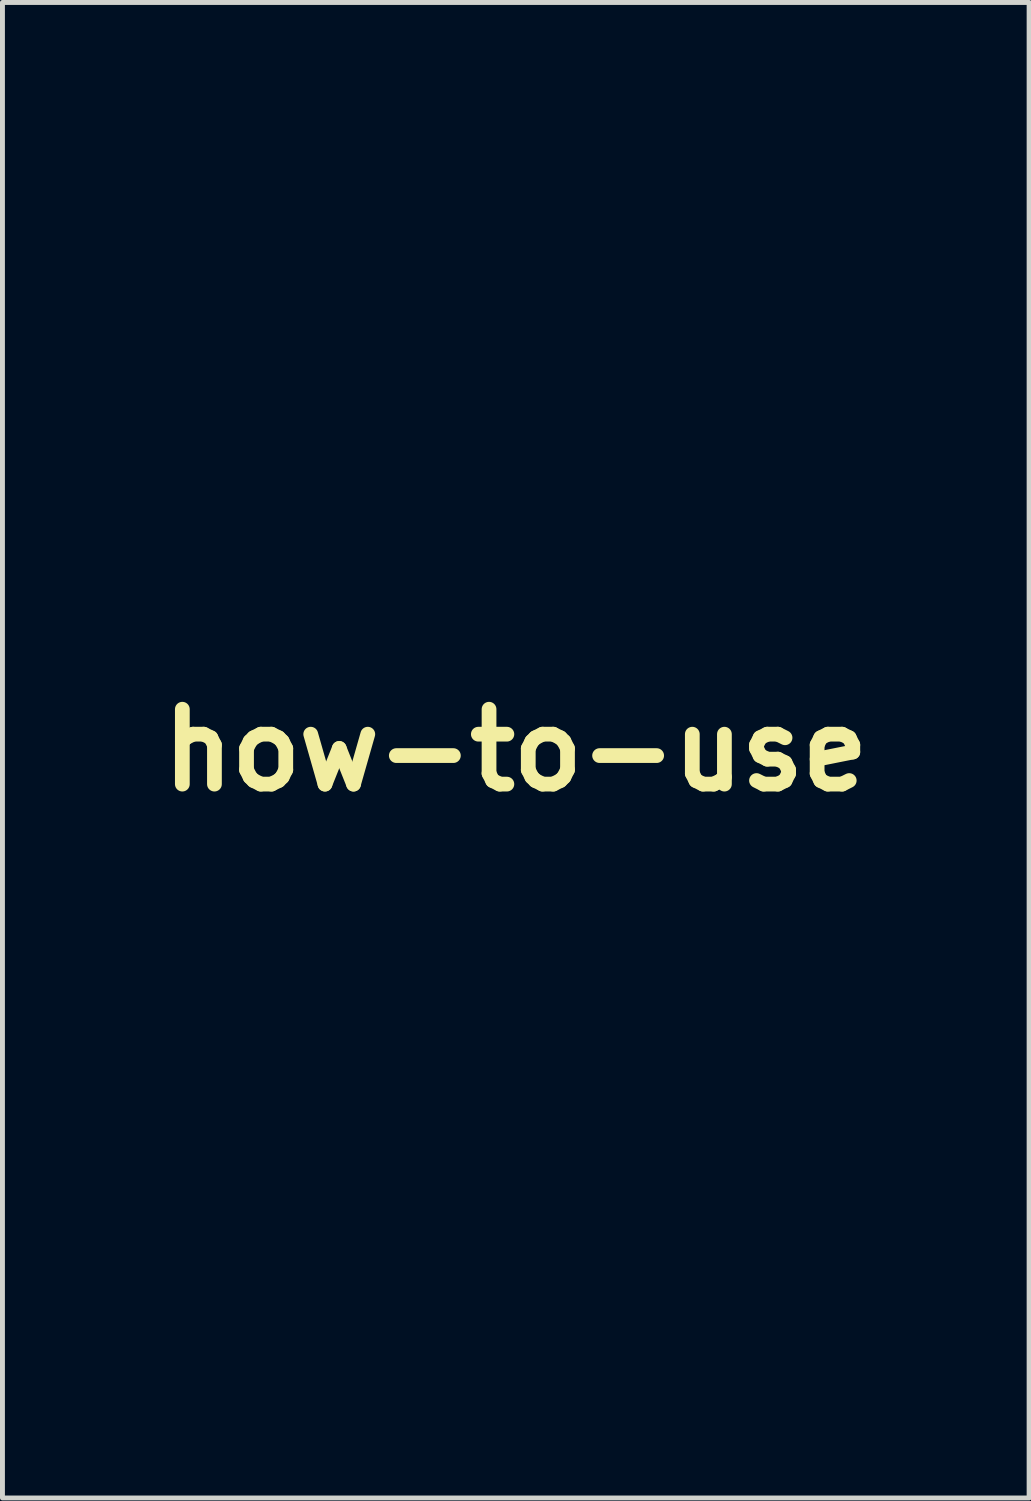
<source format=kicad_pcb>
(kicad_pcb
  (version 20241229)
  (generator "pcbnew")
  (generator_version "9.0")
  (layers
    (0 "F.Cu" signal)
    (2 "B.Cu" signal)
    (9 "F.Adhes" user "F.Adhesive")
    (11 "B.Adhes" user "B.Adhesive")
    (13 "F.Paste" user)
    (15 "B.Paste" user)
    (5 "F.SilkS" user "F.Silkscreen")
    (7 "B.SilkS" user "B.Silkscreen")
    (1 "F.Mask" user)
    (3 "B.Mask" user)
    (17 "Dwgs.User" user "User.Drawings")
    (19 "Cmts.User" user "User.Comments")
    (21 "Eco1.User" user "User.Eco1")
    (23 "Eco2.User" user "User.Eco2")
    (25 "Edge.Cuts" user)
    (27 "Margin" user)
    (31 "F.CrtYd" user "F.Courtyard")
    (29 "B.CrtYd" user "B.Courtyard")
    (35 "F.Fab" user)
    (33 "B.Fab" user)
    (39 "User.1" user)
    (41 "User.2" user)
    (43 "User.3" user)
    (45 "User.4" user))
  (footprint "how-to-use"
    (layer "F.Cu")
    (at 7.446 12.217)
    (property "Reference" "how-to-use" (at 0 0 0) (layer "F.SilkS") (effects (font (size 1.524 1.524) (thickness 0.3))))
    (attr through_hole)
    (fp_poly (pts (xy -5.862 3.566) (xy -5.91 3.615) (xy -5.959 3.566) (xy -5.91 3.517) (xy -5.862 3.566)) (stroke (width 0.01) (type solid)) (fill no) (layer "Eco2.User"))
    (fp_poly (pts (xy -5.862 3.859) (xy -5.91 3.908) (xy -5.959 3.859) (xy -5.91 3.81) (xy -5.862 3.859)) (stroke (width 0.01) (type solid)) (fill no) (layer "Eco2.User"))
    (fp_poly (pts (xy -5.666 -10.502) (xy -5.715 -10.453) (xy -5.764 -10.502) (xy -5.715 -10.551) (xy -5.666 -10.502)) (stroke (width 0.01) (type solid)) (fill no) (layer "Eco2.User"))
    (fp_poly (pts (xy -5.373 -10.893) (xy -5.422 -10.844) (xy -5.471 -10.893) (xy -5.422 -10.942) (xy -5.373 -10.893)) (stroke (width 0.01) (type solid)) (fill no) (layer "Eco2.User"))
    (fp_poly (pts (xy -5.373 -10.697) (xy -5.422 -10.648) (xy -5.471 -10.697) (xy -5.422 -10.746) (xy -5.373 -10.697)) (stroke (width 0.01) (type solid)) (fill no) (layer "Eco2.User"))
    (fp_poly (pts (xy -5.178 3.468) (xy -5.227 3.517) (xy -5.275 3.468) (xy -5.227 3.419) (xy -5.178 3.468)) (stroke (width 0.01) (type solid)) (fill no) (layer "Eco2.User"))
    (fp_poly (pts (xy -5.08 -10.99) (xy -5.129 -10.942) (xy -5.178 -10.99) (xy -5.129 -11.039) (xy -5.08 -10.99)) (stroke (width 0.01) (type solid)) (fill no) (layer "Eco2.User"))
    (fp_poly (pts (xy -1.075 -6.008) (xy -1.123 -5.959) (xy -1.172 -6.008) (xy -1.123 -6.057) (xy -1.075 -6.008)) (stroke (width 0.01) (type solid)) (fill no) (layer "Eco2.User"))
    (fp_poly (pts (xy 0.293 -1.71) (xy 0.244 -1.661) (xy 0.195 -1.71) (xy 0.244 -1.758) (xy 0.293 -1.71)) (stroke (width 0.01) (type solid)) (fill no) (layer "Eco2.User"))
    (fp_poly (pts (xy 0.684 -6.203) (xy 0.635 -6.155) (xy 0.586 -6.203) (xy 0.635 -6.252) (xy 0.684 -6.203)) (stroke (width 0.01) (type solid)) (fill no) (layer "Eco2.User"))
    (fp_poly (pts (xy 0.782 -1.71) (xy 0.733 -1.661) (xy 0.684 -1.71) (xy 0.733 -1.758) (xy 0.782 -1.71)) (stroke (width 0.01) (type solid)) (fill no) (layer "Eco2.User"))
    (fp_poly (pts (xy 0.879 -1.319) (xy 0.83 -1.27) (xy 0.782 -1.319) (xy 0.83 -1.368) (xy 0.879 -1.319)) (stroke (width 0.01) (type solid)) (fill no) (layer "Eco2.User"))
    (fp_poly (pts (xy 0.977 -1.026) (xy 0.928 -0.977) (xy 0.879 -1.026) (xy 0.928 -1.075) (xy 0.977 -1.026)) (stroke (width 0.01) (type solid)) (fill no) (layer "Eco2.User"))
    (fp_poly (pts (xy 1.172 -0.83) (xy 1.123 -0.782) (xy 1.075 -0.83) (xy 1.123 -0.879) (xy 1.172 -0.83)) (stroke (width 0.01) (type solid)) (fill no) (layer "Eco2.User"))
    (fp_poly (pts (xy -5.699 -10.811) (xy -5.687 -10.695) (xy -5.699 -10.681) (xy -5.757 -10.694) (xy -5.764 -10.746) (xy -5.728 -10.827) (xy -5.699 -10.811)) (stroke (width 0.01) (type solid)) (fill no) (layer "Eco2.User"))
    (fp_poly (pts (xy -5.21 3.256) (xy -5.224 3.314) (xy -5.275 3.322) (xy -5.356 3.286) (xy -5.341 3.256) (xy -5.225 3.245) (xy -5.21 3.256)) (stroke (width 0.01) (type solid)) (fill no) (layer "Eco2.User"))
    (fp_poly (pts (xy -5.153 -11.202) (xy -5.141 -11.166) (xy -5.275 -11.152) (xy -5.414 -11.168) (xy -5.397 -11.202) (xy -5.197 -11.215) (xy -5.153 -11.202)) (stroke (width 0.01) (type solid)) (fill no) (layer "Eco2.User"))
    (fp_poly (pts (xy -0.814 -1.14) (xy -0.828 -1.082) (xy -0.879 -1.075) (xy -0.96 -1.11) (xy -0.944 -1.14) (xy -0.828 -1.151) (xy -0.814 -1.14)) (stroke (width 0.01) (type solid)) (fill no) (layer "Eco2.User"))
    (fp_poly (pts (xy -0.814 -0.944) (xy -0.828 -0.886) (xy -0.879 -0.879) (xy -0.96 -0.915) (xy -0.944 -0.944) (xy -0.828 -0.956) (xy -0.814 -0.944)) (stroke (width 0.01) (type solid)) (fill no) (layer "Eco2.User"))
    (fp_poly (pts (xy 0.261 -1.335) (xy 0.272 -1.219) (xy 0.261 -1.205) (xy 0.202 -1.218) (xy 0.195 -1.27) (xy 0.231 -1.35) (xy 0.261 -1.335)) (stroke (width 0.01) (type solid)) (fill no) (layer "Eco2.User"))
    (fp_poly (pts (xy 0.261 3.061) (xy 0.272 3.177) (xy 0.261 3.191) (xy 0.202 3.178) (xy 0.195 3.126) (xy 0.231 3.046) (xy 0.261 3.061)) (stroke (width 0.01) (type solid)) (fill no) (layer "Eco2.User"))
    (fp_poly (pts (xy 0.261 3.452) (xy 0.272 3.568) (xy 0.261 3.582) (xy 0.202 3.569) (xy 0.195 3.517) (xy 0.231 3.437) (xy 0.261 3.452)) (stroke (width 0.01) (type solid)) (fill no) (layer "Eco2.User"))
    (fp_poly (pts (xy 0.651 8.141) (xy 0.663 8.257) (xy 0.651 8.271) (xy 0.593 8.258) (xy 0.586 8.206) (xy 0.622 8.126) (xy 0.651 8.141)) (stroke (width 0.01) (type solid)) (fill no) (layer "Eco2.User"))
    (fp_poly (pts (xy 0.944 -1.531) (xy 0.931 -1.472) (xy 0.879 -1.465) (xy 0.799 -1.501) (xy 0.814 -1.531) (xy 0.93 -1.542) (xy 0.944 -1.531)) (stroke (width 0.01) (type solid)) (fill no) (layer "Eco2.User"))
    (fp_poly (pts (xy 2.312 3.549) (xy 2.299 3.608) (xy 2.247 3.615) (xy 2.167 3.579) (xy 2.182 3.549) (xy 2.298 3.538) (xy 2.312 3.549)) (stroke (width 0.01) (type solid)) (fill no) (layer "Eco2.User"))
    (fp_poly (pts (xy 2.312 3.745) (xy 2.299 3.803) (xy 2.247 3.81) (xy 2.167 3.774) (xy 2.182 3.745) (xy 2.298 3.733) (xy 2.312 3.745)) (stroke (width 0.01) (type solid)) (fill no) (layer "Eco2.User"))
    (fp_poly (pts (xy 2.312 8.532) (xy 2.299 8.59) (xy 2.247 8.597) (xy 2.167 8.561) (xy 2.182 8.532) (xy 2.298 8.52) (xy 2.312 8.532)) (stroke (width 0.01) (type solid)) (fill no) (layer "Eco2.User"))
    (fp_poly (pts (xy -4.328 3.373) (xy -4.384 3.445) (xy -4.466 3.507) (xy -4.446 3.409) (xy -4.439 3.391) (xy -4.361 3.271) (xy -4.317 3.27) (xy -4.328 3.373)) (stroke (width 0.01) (type solid)) (fill no) (layer "Eco2.User"))
    (fp_poly (pts (xy -4.059 3.511) (xy -4.032 3.616) (xy -4.041 3.788) (xy -4.108 3.773) (xy -4.157 3.704) (xy -4.162 3.548) (xy -4.135 3.51) (xy -4.059 3.511)) (stroke (width 0.01) (type solid)) (fill no) (layer "Eco2.User"))
    (fp_poly (pts (xy -5.577 3.011) (xy -5.54 3.126) (xy -5.535 3.282) (xy -5.578 3.322) (xy -5.65 3.24) (xy -5.666 3.126) (xy -5.65 2.967) (xy -5.629 2.931) (xy -5.577 3.011)) (stroke (width 0.01) (type solid)) (fill no) (layer "Eco2.User"))
    (fp_poly (pts (xy -5.181 3.787) (xy -5.178 3.81) (xy -5.252 3.905) (xy -5.275 3.908) (xy -5.37 3.833) (xy -5.373 3.81) (xy -5.299 3.715) (xy -5.275 3.712) (xy -5.181 3.787)) (stroke (width 0.01) (type solid)) (fill no) (layer "Eco2.User"))
    (fp_poly (pts (xy -3.976 -10.992) (xy -3.977 -10.844) (xy -4.075 -10.685) (xy -4.163 -10.648) (xy -4.273 -10.73) (xy -4.298 -10.844) (xy -4.228 -11.008) (xy -4.112 -11.039) (xy -3.976 -10.992)) (stroke (width 0.01) (type solid)) (fill no) (layer "Eco2.User"))
    (fp_poly (pts (xy -3.763 7.784) (xy -3.775 7.864) (xy -3.887 8.002) (xy -4.03 7.953) (xy -4.035 7.948) (xy -4.058 7.829) (xy -3.947 7.734) (xy -3.856 7.718) (xy -3.763 7.784)) (stroke (width 0.01) (type solid)) (fill no) (layer "Eco2.User"))
    (fp_poly (pts (xy -3.629 3.002) (xy -3.615 3.072) (xy -3.666 3.205) (xy -3.712 3.224) (xy -3.807 3.154) (xy -3.81 3.132) (xy -3.739 3) (xy -3.712 2.98) (xy -3.629 3.002)) (stroke (width 0.01) (type solid)) (fill no) (layer "Eco2.User"))
    (fp_poly (pts (xy -3.617 3.787) (xy -3.615 3.81) (xy -3.689 3.905) (xy -3.712 3.908) (xy -3.807 3.833) (xy -3.81 3.81) (xy -3.736 3.715) (xy -3.712 3.712) (xy -3.617 3.787)) (stroke (width 0.01) (type solid)) (fill no) (layer "Eco2.User"))
    (fp_poly (pts (xy -3.571 3.428) (xy -3.678 3.495) (xy -3.826 3.52) (xy -3.907 3.485) (xy -3.908 3.479) (xy -3.827 3.428) (xy -3.712 3.391) (xy -3.58 3.384) (xy -3.571 3.428)) (stroke (width 0.01) (type solid)) (fill no) (layer "Eco2.User"))
    (fp_poly (pts (xy -0.888 -1.675) (xy -0.879 -1.514) (xy -0.908 -1.331) (xy -0.963 -1.27) (xy -1.01 -1.351) (xy -1.001 -1.514) (xy -0.953 -1.697) (xy -0.917 -1.758) (xy -0.888 -1.675)) (stroke (width 0.01) (type solid)) (fill no) (layer "Eco2.User"))
    (fp_poly (pts (xy -0.688 -6.173) (xy -0.684 -6.106) (xy -0.735 -5.976) (xy -0.778 -5.959) (xy -0.832 -6.031) (xy -0.817 -6.106) (xy -0.748 -6.234) (xy -0.722 -6.252) (xy -0.688 -6.173)) (stroke (width 0.01) (type solid)) (fill no) (layer "Eco2.User"))
    (fp_poly (pts (xy 0.262 -5.994) (xy 0.244 -5.959) (xy 0.152 -5.866) (xy 0.135 -5.862) (xy 0.128 -5.925) (xy 0.147 -5.959) (xy 0.239 -6.053) (xy 0.256 -6.057) (xy 0.262 -5.994)) (stroke (width 0.01) (type solid)) (fill no) (layer "Eco2.User"))
    (fp_poly (pts (xy 0.556 -5.994) (xy 0.537 -5.959) (xy 0.445 -5.866) (xy 0.428 -5.862) (xy 0.421 -5.925) (xy 0.44 -5.959) (xy 0.532 -6.053) (xy 0.549 -6.057) (xy 0.556 -5.994)) (stroke (width 0.01) (type solid)) (fill no) (layer "Eco2.User"))
    (fp_poly (pts (xy 0.565 -1.68) (xy 0.586 -1.569) (xy 0.546 -1.407) (xy 0.488 -1.368) (xy 0.401 -1.446) (xy 0.391 -1.508) (xy 0.45 -1.675) (xy 0.488 -1.71) (xy 0.565 -1.68)) (stroke (width 0.01) (type solid)) (fill no) (layer "Eco2.User"))
    (fp_poly (pts (xy 0.844 3.342) (xy 0.928 3.377) (xy 0.83 3.419) (xy 0.75 3.436) (xy 0.571 3.454) (xy 0.566 3.401) (xy 0.568 3.398) (xy 0.735 3.336) (xy 0.844 3.342)) (stroke (width 0.01) (type solid)) (fill no) (layer "Eco2.User"))
    (fp_poly (pts (xy 0.966 3.694) (xy 0.977 3.761) (xy 0.956 3.891) (xy 0.939 3.908) (xy 0.876 3.831) (xy 0.844 3.761) (xy 0.842 3.635) (xy 0.882 3.615) (xy 0.966 3.694)) (stroke (width 0.01) (type solid)) (fill no) (layer "Eco2.User"))
    (fp_poly (pts (xy 1.071 -6.084) (xy 1.075 -6.057) (xy 1.041 -5.962) (xy 1.032 -5.959) (xy 0.948 -6.028) (xy 0.928 -6.057) (xy 0.936 -6.147) (xy 0.971 -6.155) (xy 1.071 -6.084)) (stroke (width 0.01) (type solid)) (fill no) (layer "Eco2.User"))
    (fp_poly (pts (xy 2.238 3.015) (xy 2.247 3.175) (xy 2.218 3.359) (xy 2.163 3.419) (xy 2.116 3.338) (xy 2.125 3.175) (xy 2.173 2.992) (xy 2.209 2.931) (xy 2.238 3.015)) (stroke (width 0.01) (type solid)) (fill no) (layer "Eco2.User"))
    (fp_poly (pts (xy -4.188 -10.478) (xy -4.046 -10.388) (xy -4.067 -10.272) (xy -4.234 -10.186) (xy -4.274 -10.179) (xy -4.424 -10.191) (xy -4.433 -10.323) (xy -4.429 -10.338) (xy -4.326 -10.48) (xy -4.188 -10.478)) (stroke (width 0.01) (type solid)) (fill no) (layer "Eco2.User"))
    (fp_poly (pts (xy -2.207 3.333) (xy -2.182 3.367) (xy -2.349 3.426) (xy -2.467 3.456) (xy -2.668 3.474) (xy -2.735 3.421) (xy -2.65 3.353) (xy -2.443 3.322) (xy -2.426 3.322) (xy -2.207 3.333)) (stroke (width 0.01) (type solid)) (fill no) (layer "Eco2.User"))
    (fp_poly (pts (xy -2.171 3.688) (xy -2.149 3.761) (xy -2.169 3.892) (xy -2.186 3.908) (xy -2.27 3.843) (xy -2.345 3.761) (xy -2.413 3.646) (xy -2.323 3.615) (xy -2.308 3.615) (xy -2.171 3.688)) (stroke (width 0.01) (type solid)) (fill no) (layer "Eco2.User"))
    (fp_poly (pts (xy 3.267 -1.638) (xy 3.301 -1.55) (xy 3.3 -1.546) (xy 3.182 -1.441) (xy 2.986 -1.385) (xy 2.79 -1.39) (xy 2.755 -1.478) (xy 2.757 -1.482) (xy 2.875 -1.588) (xy 3.071 -1.644) (xy 3.267 -1.638)) (stroke (width 0.01) (type solid)) (fill no) (layer "Eco2.User"))
    (fp_poly (pts (xy 0.78 -5.893) (xy 0.859 -5.715) (xy 0.846 -5.624) (xy 0.748 -5.499) (xy 0.635 -5.477) (xy 0.586 -5.563) (xy 0.657 -5.695) (xy 0.685 -5.716) (xy 0.738 -5.84) (xy 0.72 -5.893) (xy 0.697 -5.959) (xy 0.78 -5.893)) (stroke (width 0.01) (type solid)) (fill no) (layer "Eco2.User"))
    (fp_poly (pts (xy -0.513 -1.283) (xy -0.488 -1.078) (xy -0.488 -1.075) (xy -0.499 -0.869) (xy -0.526 -0.782) (xy -0.526 -0.782) (xy -0.565 -0.866) (xy -0.606 -1.07) (xy -0.607 -1.075) (xy -0.614 -1.279) (xy -0.571 -1.368) (xy -0.569 -1.368) (xy -0.513 -1.283)) (stroke (width 0.01) (type solid)) (fill no) (layer "Eco2.User"))
    (fp_poly (pts (xy 0.354 -10.953) (xy 0.388 -10.736) (xy 0.391 -10.648) (xy 0.369 -10.404) (xy 0.315 -10.268) (xy 0.293 -10.258) (xy 0.232 -10.344) (xy 0.198 -10.561) (xy 0.195 -10.648) (xy 0.217 -10.893) (xy 0.271 -11.029) (xy 0.293 -11.039) (xy 0.354 -10.953)) (stroke (width 0.01) (type solid)) (fill no) (layer "Eco2.User"))
    (fp_poly (pts (xy 2.614 3.406) (xy 2.638 3.611) (xy 2.638 3.615) (xy 2.627 3.821) (xy 2.6 3.908) (xy 2.6 3.908) (xy 2.561 3.823) (xy 2.52 3.619) (xy 2.519 3.615) (xy 2.512 3.41) (xy 2.555 3.322) (xy 2.557 3.322) (xy 2.614 3.406)) (stroke (width 0.01) (type solid)) (fill no) (layer "Eco2.User"))
    (fp_poly (pts (xy 3.234 -1.144) (xy 3.322 -1.076) (xy 3.322 -1.075) (xy 3.253 -0.98) (xy 3.232 -0.977) (xy 3.065 -0.945) (xy 3.007 -0.925) (xy 2.845 -0.917) (xy 2.804 -0.941) (xy 2.737 -1.076) (xy 2.851 -1.156) (xy 3.028 -1.172) (xy 3.234 -1.144)) (stroke (width 0.01) (type solid)) (fill no) (layer "Eco2.User"))
    (fp_poly (pts (xy 6.35 12.212) (xy -6.35 12.212) (xy -6.35 8.662) (xy -6.149 8.662) (xy -6.085 8.693) (xy -5.893 8.595) (xy -5.764 8.503) (xy -5.587 8.381) (xy -5.467 8.383) (xy -5.309 8.514) (xy -5.3 8.522) (xy -5.107 8.66) (xy -5.016 8.65) (xy -5.048 8.522) (xy -5.179 8.351) (xy -5.325 8.161) (xy -5.327 8.088) (xy -4.479 8.088) (xy -4.37 8.082) (xy -4.354 8.076) (xy -4.18 8.095) (xy -4.107 8.153) (xy -4.07 8.273) (xy -4.179 8.413) (xy -4.271 8.486) (xy -4.413 8.623) (xy -4.405 8.69) (xy -4.282 8.677) (xy -4.08 8.578) (xy -4.027 8.542) (xy -3.814 8.328) (xy -3.681 8.12) (xy -3.07 8.12) (xy -3.07 8.12) (xy -2.946 8.172) (xy -2.701 8.2) (xy -2.408 8.203) (xy -2.14 8.179) (xy -2.011 8.147) (xy -1.951 8.108) (xy -1.075 8.108) (xy -1.075 8.108) (xy -1.062 8.459) (xy -1.027 8.702) (xy -0.977 8.792) (xy -0.977 8.792) (xy -0.913 8.706) (xy -0.88 8.495) (xy -0.879 8.447) (xy -0.868 8.224) (xy -0.813 8.156) (xy -0.69 8.203) (xy -0.486 8.293) (xy -0.401 8.269) (xy -0.391 8.204) (xy -0.47 8.095) (xy -0.635 7.993) (xy -0.839 7.816) (xy -0.839 7.815) (xy 0 7.815) (xy 0.084 7.888) (xy 0.256 7.913) (xy 0.427 7.932) (xy 0.432 8.006) (xy 0.404 8.043) (xy 0.352 8.201) (xy 0.43 8.357) (xy 0.518 8.551) (xy 0.516 8.666) (xy 0.515 8.778) (xy 0.604 8.779) (xy 0.725 8.682) (xy 0.778 8.603) (xy 0.853 8.366) (xy 0.856 8.332) (xy 1.736 8.332) (xy 1.824 8.362) (xy 1.959 8.299) (xy 2.155 8.226) (xy 2.367 8.213) (xy 2.515 8.258) (xy 2.54 8.306) (xy 2.46 8.361) (xy 2.297 8.344) (xy 2.087 8.337) (xy 1.989 8.45) (xy 1.988 8.629) (xy 2.117 8.726) (xy 2.327 8.738) (xy 2.567 8.656) (xy 2.702 8.559) (xy 3.627 8.559) (xy 3.651 8.694) (xy 3.68 8.727) (xy 3.823 8.789) (xy 3.904 8.688) (xy 3.908 8.646) (xy 3.829 8.516) (xy 3.761 8.499) (xy 3.627 8.559) (xy 2.702 8.559) (xy 2.734 8.536) (xy 2.813 8.357) (xy 2.737 8.175) (xy 2.538 8.048) (xy 2.449 8.027) (xy 2.299 7.991) (xy 2.312 7.911) (xy 2.395 7.814) (xy 2.445 7.728) (xy 3.337 7.728) (xy 3.405 7.787) (xy 3.599 7.726) (xy 3.617 7.717) (xy 3.839 7.656) (xy 3.963 7.725) (xy 3.952 7.883) (xy 3.876 7.992) (xy 3.749 8.18) (xy 3.714 8.335) (xy 3.783 8.396) (xy 3.786 8.396) (xy 3.888 8.323) (xy 4.05 8.148) (xy 4.095 8.092) (xy 4.246 7.86) (xy 4.261 7.694) (xy 4.232 7.633) (xy 4.047 7.494) (xy 3.782 7.444) (xy 3.529 7.49) (xy 3.421 7.569) (xy 3.337 7.728) (xy 2.445 7.728) (xy 2.507 7.62) (xy 2.447 7.506) (xy 2.228 7.493) (xy 2.199 7.498) (xy 1.995 7.564) (xy 1.894 7.646) (xy 1.925 7.706) (xy 2.015 7.718) (xy 2.101 7.742) (xy 2.062 7.835) (xy 1.915 8) (xy 1.764 8.2) (xy 1.736 8.332) (xy 0.856 8.332) (xy 0.879 8.115) (xy 0.904 7.902) (xy 1.011 7.823) (xy 1.123 7.815) (xy 1.307 7.782) (xy 1.368 7.718) (xy 1.284 7.643) (xy 1.132 7.62) (xy 0.935 7.576) (xy 0.855 7.499) (xy 0.783 7.445) (xy 0.645 7.548) (xy 0.414 7.683) (xy 0.237 7.718) (xy 0.057 7.752) (xy 0 7.815) (xy -0.839 7.815) (xy -0.879 7.653) (xy -0.915 7.477) (xy -0.977 7.425) (xy -1.027 7.515) (xy -1.062 7.757) (xy -1.075 8.108) (xy -1.951 8.108) (xy -1.866 8.052) (xy -1.897 7.967) (xy -2.085 7.917) (xy -2.186 7.913) (xy -2.535 7.931) (xy -2.83 7.979) (xy -3.024 8.046) (xy -3.07 8.12) (xy -3.681 8.12) (xy -3.629 8.039) (xy -3.525 7.761) (xy -3.517 7.685) (xy -3.604 7.569) (xy -3.805 7.502) (xy -4.042 7.51) (xy -4.227 7.648) (xy -4.293 7.731) (xy -4.454 7.974) (xy -4.479 8.088) (xy -5.327 8.088) (xy -5.328 8.033) (xy -5.294 7.99) (xy -5.194 7.798) (xy -5.178 7.686) (xy -5.208 7.561) (xy -5.335 7.535) (xy -5.483 7.559) (xy -5.741 7.602) (xy -5.923 7.62) (xy -6.057 7.652) (xy -6.042 7.723) (xy -5.911 7.797) (xy -5.741 7.834) (xy -5.425 7.864) (xy -5.858 8.279) (xy -6.076 8.518) (xy -6.149 8.662) (xy -6.35 8.662) (xy -6.35 5.886) (xy -5.94 5.886) (xy -5.931 5.99) (xy -5.798 6.171) (xy -5.644 6.319) (xy -5.524 6.321) (xy -5.356 6.188) (xy -5.213 6.019) (xy -5.188 5.904) (xy -5.287 5.885) (xy -5.324 5.897) (xy -5.417 5.893) (xy -5.461 5.766) (xy -5.471 5.517) (xy -5.49 5.255) (xy -5.54 5.099) (xy -5.568 5.08) (xy -5.627 5.167) (xy -5.662 5.388) (xy -5.666 5.517) (xy -5.679 5.787) (xy -5.728 5.899) (xy -5.813 5.897) (xy -5.94 5.886) (xy -6.35 5.886) (xy -6.35 4.109) (xy -6.261 4.109) (xy -5.988 4.042) (xy -5.769 3.964) (xy -5.655 3.884) (xy -5.577 3.873) (xy -5.545 3.927) (xy -5.42 4.027) (xy -5.192 4.083) (xy -5.189 4.083) (xy -4.885 4.106) (xy -4.885 3.265) (xy -4.745 3.265) (xy -4.665 3.496) (xy -4.661 3.505) (xy -4.581 3.726) (xy -4.591 3.857) (xy -4.599 3.864) (xy -4.687 4) (xy -4.689 4.023) (xy -4.636 4.067) (xy -4.55 4.011) (xy -4.338 3.926) (xy -4.232 3.926) (xy -4.049 3.993) (xy -3.993 4.04) (xy -3.865 4.08) (xy -3.64 4.06) (xy -3.637 4.059) (xy -3.429 3.985) (xy -3.36 3.844) (xy -3.362 3.709) (xy -3.355 3.572) (xy -3.18 3.572) (xy -3.141 3.615) (xy -3.047 3.695) (xy -3.028 3.794) (xy -2.997 3.979) (xy -2.963 4.038) (xy -2.829 4.101) (xy -2.748 3.986) (xy -2.732 3.834) (xy -2.729 3.566) (xy -2.493 3.834) (xy -2.26 4.042) (xy -2.078 4.095) (xy -1.971 3.993) (xy -1.954 3.867) (xy -1.909 3.666) (xy -1.832 3.581) (xy -1.77 3.514) (xy -1.856 3.428) (xy -1.937 3.342) (xy -1.881 3.323) (xy -1.762 3.279) (xy -1.783 3.193) (xy -1.908 3.126) (xy -1.465 3.126) (xy -1.386 3.213) (xy -1.317 3.224) (xy -1.218 3.273) (xy -1.225 3.447) (xy -1.234 3.483) (xy -1.261 3.664) (xy -1.193 3.708) (xy -1.113 3.691) (xy -0.886 3.627) (xy -0.794 3.602) (xy -0.646 3.642) (xy -0.612 3.694) (xy -0.654 3.817) (xy -0.771 3.877) (xy -0.935 3.954) (xy -0.977 4.017) (xy -0.908 4.098) (xy -0.737 4.072) (xy -0.518 3.95) (xy -0.483 3.923) (xy -0.323 3.718) (xy -0.343 3.542) (xy -0.527 3.435) (xy -0.681 3.419) (xy -0.91 3.383) (xy -0.926 3.358) (xy 0 3.358) (xy 0.007 3.662) (xy 0.042 3.818) (xy 0.128 3.876) (xy 0.244 3.883) (xy 0.445 3.829) (xy 0.491 3.725) (xy 0.529 3.67) (xy 0.636 3.796) (xy 0.66 3.834) (xy 0.841 4.038) (xy 1.015 4.102) (xy 1.139 4.023) (xy 1.172 3.867) (xy 1.187 3.802) (xy 1.575 3.802) (xy 1.595 4.005) (xy 1.65 4.091) (xy 1.705 4.103) (xy 1.81 4.04) (xy 1.863 3.831) (xy 1.873 3.688) (xy 1.884 3.437) (xy 1.894 3.374) (xy 1.912 3.491) (xy 1.927 3.628) (xy 1.976 3.872) (xy 2.076 3.973) (xy 2.179 3.987) (xy 2.441 4.014) (xy 2.662 4.058) (xy 2.931 4.126) (xy 2.931 3.451) (xy 3.224 3.451) (xy 3.275 3.68) (xy 3.397 3.912) (xy 3.544 4.072) (xy 3.626 4.103) (xy 3.649 4.037) (xy 3.571 3.886) (xy 3.436 3.549) (xy 3.443 3.419) (xy 3.908 3.419) (xy 3.923 3.731) (xy 3.961 3.943) (xy 4.005 4.005) (xy 4.079 3.922) (xy 4.103 3.761) (xy 4.137 3.578) (xy 4.201 3.517) (xy 4.274 3.601) (xy 4.298 3.761) (xy 4.332 3.945) (xy 4.396 4.005) (xy 4.448 3.916) (xy 4.483 3.684) (xy 4.494 3.419) (xy 4.479 3.107) (xy 4.44 2.895) (xy 4.396 2.833) (xy 4.323 2.917) (xy 4.298 3.077) (xy 4.265 3.261) (xy 4.201 3.322) (xy 4.127 3.238) (xy 4.103 3.077) (xy 4.07 2.894) (xy 4.005 2.833) (xy 3.953 2.922) (xy 3.918 3.155) (xy 3.908 3.419) (xy 3.443 3.419) (xy 3.455 3.194) (xy 3.563 2.974) (xy 3.691 2.767) (xy 3.681 2.689) (xy 4.706 2.689) (xy 4.73 2.809) (xy 4.839 2.974) (xy 4.968 3.293) (xy 4.942 3.651) (xy 4.83 3.886) (xy 4.751 4.042) (xy 4.776 4.103) (xy 4.899 4.031) (xy 5.026 3.886) (xy 5.143 3.638) (xy 5.178 3.451) (xy 5.13 3.163) (xy 5.011 2.89) (xy 4.858 2.714) (xy 4.823 2.695) (xy 4.706 2.689) (xy 3.681 2.689) (xy 3.679 2.679) (xy 3.579 2.695) (xy 3.424 2.838) (xy 3.294 3.096) (xy 3.227 3.387) (xy 3.224 3.451) (xy 2.931 3.451) (xy 2.931 2.735) (xy 1.612 2.784) (xy 1.583 3.444) (xy 1.575 3.802) (xy 1.187 3.802) (xy 1.218 3.663) (xy 1.294 3.574) (xy 1.364 3.51) (xy 1.289 3.458) (xy 1.227 3.385) (xy 1.333 3.27) (xy 1.338 3.266) (xy 1.449 3.168) (xy 1.394 3.133) (xy 1.27 3.128) (xy 1.114 3.11) (xy 1.134 3.056) (xy 1.172 3.031) (xy 1.258 2.945) (xy 1.19 2.847) (xy 1.123 2.796) (xy 0.959 2.706) (xy 0.833 2.76) (xy 0.772 2.821) (xy 0.622 3.016) (xy 0.56 3.131) (xy 0.515 3.178) (xy 0.496 3.053) (xy 0.44 2.883) (xy 0.256 2.833) (xy 0.244 2.833) (xy 0.103 2.847) (xy 0.03 2.923) (xy 0.004 3.108) (xy 0 3.358) (xy -0.926 3.358) (xy -0.967 3.298) (xy -0.843 3.202) (xy -0.733 3.166) (xy -0.539 3.082) (xy -0.499 2.99) (xy -0.62 2.934) (xy -0.684 2.931) (xy -0.843 2.89) (xy -0.879 2.833) (xy -0.954 2.738) (xy -0.977 2.735) (xy -1.064 2.815) (xy -1.075 2.882) (xy -1.156 3.001) (xy -1.27 3.028) (xy -1.429 3.069) (xy -1.465 3.126) (xy -1.908 3.126) (xy -1.913 3.124) (xy -1.978 3.115) (xy -2.11 3.098) (xy -2.055 3.066) (xy -2.027 3.059) (xy -1.881 2.974) (xy -1.875 2.876) (xy -2.003 2.833) (xy -2.133 2.78) (xy -2.149 2.735) (xy -2.224 2.641) (xy -2.247 2.638) (xy -2.335 2.716) (xy -2.345 2.773) (xy -2.426 2.905) (xy -2.537 2.958) (xy -2.687 2.973) (xy -2.72 2.945) (xy -2.733 2.792) (xy -2.837 2.807) (xy -2.931 2.882) (xy -3.067 3.036) (xy -3.126 3.159) (xy -3.094 3.203) (xy -3.028 3.175) (xy -2.939 3.155) (xy -2.957 3.248) (xy -3.072 3.413) (xy -3.092 3.436) (xy -3.18 3.572) (xy -3.355 3.572) (xy -3.352 3.497) (xy -3.302 3.396) (xy -3.296 3.313) (xy -3.382 3.147) (xy -3.519 2.957) (xy -3.665 2.8) (xy -3.775 2.737) (xy -3.904 2.814) (xy -3.943 2.882) (xy -4.076 3.003) (xy -4.195 3.028) (xy -4.337 2.982) (xy -4.334 2.882) (xy -4.34 2.757) (xy -4.389 2.735) (xy -4.512 2.815) (xy -4.563 2.906) (xy -4.664 3.085) (xy -4.719 3.14) (xy -4.745 3.265) (xy -4.885 3.265) (xy -4.885 2.735) (xy -6.203 2.784) (xy -6.232 3.447) (xy -6.261 4.109) (xy -6.35 4.109) (xy -6.35 1.197) (xy -5.94 1.197) (xy -5.931 1.301) (xy -5.798 1.482) (xy -5.644 1.629) (xy -5.524 1.632) (xy -5.356 1.499) (xy -5.213 1.33) (xy -5.188 1.215) (xy -5.287 1.195) (xy -5.324 1.208) (xy -5.417 1.204) (xy -5.461 1.076) (xy -5.471 0.827) (xy -5.49 0.566) (xy -5.54 0.41) (xy -5.568 0.391) (xy -5.627 0.478) (xy -5.662 0.699) (xy -5.666 0.827) (xy -5.679 1.097) (xy -5.728 1.21) (xy -5.813 1.208) (xy -5.94 1.197) (xy -6.35 1.197) (xy -6.35 -1.465) (xy -6.252 -1.465) (xy -6.172 -1.381) (xy -6.095 -1.368) (xy -5.996 -1.35) (xy -6.01 -1.265) (xy -6.102 -1.115) (xy -6.212 -0.894) (xy -6.193 -0.802) (xy -6.073 -0.851) (xy -5.902 -1.026) (xy -5.667 -1.319) (xy -5.667 -1.05) (xy -5.714 -0.833) (xy -5.818 -0.782) (xy -5.92 -0.734) (xy -5.91 -0.684) (xy -5.773 -0.602) (xy -5.66 -0.586) (xy -5.524 -0.632) (xy -5.47 -0.802) (xy -5.466 -0.904) (xy -5.457 -1.114) (xy -5.42 -1.148) (xy -5.324 -1.026) (xy -5.307 -1.001) (xy -5.123 -0.836) (xy -4.952 -0.782) (xy -4.837 -0.794) (xy -4.839 -0.857) (xy -4.967 -1.007) (xy -5.031 -1.075) (xy -5.198 -1.259) (xy -4.689 -1.259) (xy -4.612 -1.191) (xy -4.497 -1.2) (xy -4.323 -1.18) (xy -4.241 -1.04) (xy -4.125 -0.777) (xy -3.99 -0.64) (xy -3.897 -0.642) (xy -3.888 -0.697) (xy -2.532 -0.697) (xy -2.505 -0.607) (xy -2.418 -0.61) (xy -2.284 -0.721) (xy -2.173 -0.887) (xy -2.173 -0.887) (xy -1.551 -0.887) (xy -1.531 -0.684) (xy -1.476 -0.598) (xy -1.421 -0.586) (xy -1.316 -0.649) (xy -1.263 -0.858) (xy -1.254 -1.001) (xy -1.242 -1.252) (xy -1.232 -1.315) (xy -1.214 -1.199) (xy -1.199 -1.061) (xy -1.151 -0.818) (xy -1.05 -0.717) (xy -0.947 -0.702) (xy -0.685 -0.676) (xy -0.464 -0.631) (xy -0.195 -0.563) (xy -0.195 -1.595) (xy -0.03 -1.595) (xy -0.019 -1.275) (xy -0.016 -1.223) (xy 0.013 -0.899) (xy 0.058 -0.67) (xy 0.106 -0.586) (xy 0.175 -0.669) (xy 0.195 -0.814) (xy 0.249 -0.998) (xy 0.342 -1.042) (xy 0.46 -0.958) (xy 0.488 -0.814) (xy 0.524 -0.638) (xy 0.586 -0.586) (xy 0.67 -0.667) (xy 0.685 -0.757) (xy 0.703 -0.868) (xy 0.771 -0.795) (xy 0.776 -0.787) (xy 0.933 -0.669) (xy 1.129 -0.611) (xy 1.394 -0.576) (xy 1.328 -1.094) (xy 1.312 -1.238) (xy 1.661 -1.238) (xy 1.712 -1.009) (xy 1.834 -0.777) (xy 1.981 -0.617) (xy 2.063 -0.586) (xy 2.086 -0.652) (xy 2.008 -0.803) (xy 1.873 -1.141) (xy 1.892 -1.496) (xy 2 -1.715) (xy 2.087 -1.856) (xy 2.54 -1.856) (xy 2.54 -1.286) (xy 2.547 -0.973) (xy 2.563 -0.75) (xy 2.581 -0.676) (xy 2.695 -0.651) (xy 2.936 -0.635) (xy 3.07 -0.632) (xy 3.517 -0.63) (xy 3.517 -1.856) (xy 2.54 -1.856) (xy 2.087 -1.856) (xy 2.128 -1.922) (xy 2.118 -2) (xy 3.924 -2) (xy 3.948 -1.88) (xy 4.057 -1.715) (xy 4.186 -1.397) (xy 4.161 -1.039) (xy 4.049 -0.803) (xy 3.969 -0.648) (xy 3.994 -0.586) (xy 4.117 -0.658) (xy 4.244 -0.803) (xy 4.362 -1.051) (xy 4.396 -1.238) (xy 4.348 -1.526) (xy 4.229 -1.799) (xy 4.077 -1.976) (xy 4.041 -1.994) (xy 3.924 -2) (xy 2.118 -2) (xy 2.116 -2.011) (xy 2.016 -1.994) (xy 1.861 -1.851) (xy 1.731 -1.593) (xy 1.664 -1.302) (xy 1.661 -1.238) (xy 1.312 -1.238) (xy 1.29 -1.423) (xy 1.266 -1.692) (xy 1.261 -1.787) (xy 1.23 -1.891) (xy 1.111 -1.939) (xy 0.858 -1.947) (xy 0.751 -1.944) (xy 0.357 -1.926) (xy 0.121 -1.886) (xy 0.004 -1.787) (xy -0.03 -1.595) (xy -0.195 -1.595) (xy -0.195 -1.955) (xy -1.514 -1.905) (xy -1.543 -1.246) (xy -1.551 -0.887) (xy -2.173 -0.887) (xy -2.106 -1.104) (xy -2.078 -1.378) (xy -2.087 -1.645) (xy -2.132 -1.84) (xy -2.198 -1.9) (xy -2.258 -1.809) (xy -2.303 -1.583) (xy -2.316 -1.421) (xy -2.348 -1.121) (xy -2.405 -0.901) (xy -2.438 -0.844) (xy -2.532 -0.697) (xy -3.888 -0.697) (xy -3.878 -0.754) (xy -3.947 -0.958) (xy -3.961 -0.985) (xy -4.058 -1.257) (xy -4.002 -1.413) (xy -3.79 -1.462) (xy -3.78 -1.462) (xy -3.631 -1.452) (xy -3.647 -1.4) (xy -3.761 -1.309) (xy -3.883 -1.205) (xy -3.851 -1.175) (xy -3.664 -1.19) (xy -3.425 -1.271) (xy -3.334 -1.413) (xy -3.399 -1.56) (xy -2.829 -1.56) (xy -2.825 -1.32) (xy -2.791 -1.134) (xy -2.741 -1.075) (xy -2.607 -1.145) (xy -2.598 -1.157) (xy -2.574 -1.3) (xy -2.593 -1.515) (xy -2.64 -1.732) (xy -2.702 -1.877) (xy -2.748 -1.897) (xy -2.804 -1.778) (xy -2.829 -1.56) (xy -3.399 -1.56) (xy -3.402 -1.568) (xy -3.549 -1.654) (xy -3.756 -1.761) (xy -3.855 -1.85) (xy -3.982 -1.953) (xy -4.074 -1.897) (xy -4.075 -1.758) (xy -4.079 -1.596) (xy -4.166 -1.576) (xy -4.263 -1.71) (xy -4.362 -1.846) (xy -4.453 -1.809) (xy -4.494 -1.616) (xy -4.494 -1.612) (xy -4.527 -1.428) (xy -4.592 -1.368) (xy -4.685 -1.292) (xy -4.689 -1.259) (xy -5.198 -1.259) (xy -5.203 -1.264) (xy -5.25 -1.373) (xy -5.184 -1.46) (xy -5.123 -1.506) (xy -5.003 -1.648) (xy -5.039 -1.736) (xy -5.19 -1.726) (xy -5.28 -1.681) (xy -5.424 -1.614) (xy -5.469 -1.691) (xy -5.471 -1.758) (xy -5.512 -1.917) (xy -5.568 -1.954) (xy -5.648 -1.872) (xy -5.666 -1.758) (xy -5.712 -1.615) (xy -5.884 -1.565) (xy -5.959 -1.563) (xy -6.165 -1.535) (xy -6.252 -1.467) (xy -6.252 -1.465) (xy -6.35 -1.465) (xy -6.35 -3.492) (xy -5.94 -3.492) (xy -5.931 -3.388) (xy -5.798 -3.207) (xy -5.644 -3.06) (xy -5.524 -3.057) (xy -5.356 -3.19) (xy -5.213 -3.359) (xy -5.188 -3.475) (xy -5.287 -3.494) (xy -5.324 -3.482) (xy -5.417 -3.485) (xy -5.461 -3.613) (xy -5.471 -3.862) (xy -5.49 -4.123) (xy -5.54 -4.279) (xy -5.568 -4.298) (xy -5.627 -4.211) (xy -5.662 -3.991) (xy -5.666 -3.862) (xy -5.679 -3.592) (xy -5.728 -3.479) (xy -5.813 -3.482) (xy -5.94 -3.492) (xy -6.35 -3.492) (xy -6.35 -6.155) (xy -6.252 -6.155) (xy -6.172 -6.07) (xy -6.095 -6.057) (xy -5.996 -6.04) (xy -6.01 -5.954) (xy -6.102 -5.804) (xy -6.212 -5.584) (xy -6.193 -5.491) (xy -6.073 -5.54) (xy -5.902 -5.715) (xy -5.667 -6.008) (xy -5.667 -5.739) (xy -5.714 -5.523) (xy -5.818 -5.471) (xy -5.92 -5.423) (xy -5.91 -5.373) (xy -5.773 -5.291) (xy -5.66 -5.275) (xy -5.524 -5.321) (xy -5.47 -5.491) (xy -5.466 -5.593) (xy -5.457 -5.803) (xy -5.42 -5.838) (xy -5.324 -5.715) (xy -5.307 -5.691) (xy -5.123 -5.525) (xy -4.952 -5.471) (xy -4.837 -5.483) (xy -4.839 -5.546) (xy -4.967 -5.696) (xy -5.031 -5.764) (xy -5.198 -5.948) (xy -4.689 -5.948) (xy -4.612 -5.881) (xy -4.497 -5.889) (xy -4.323 -5.87) (xy -4.241 -5.729) (xy -4.125 -5.467) (xy -3.99 -5.329) (xy -3.897 -5.331) (xy -3.888 -5.386) (xy -2.532 -5.386) (xy -2.505 -5.296) (xy -2.418 -5.299) (xy -2.284 -5.41) (xy -2.173 -5.576) (xy -2.106 -5.793) (xy -2.078 -6.068) (xy -2.08 -6.141) (xy -1.641 -6.141) (xy -1.575 -6.064) (xy -1.496 -5.966) (xy -1.544 -5.802) (xy -1.564 -5.761) (xy -1.635 -5.606) (xy -1.591 -5.578) (xy -1.526 -5.599) (xy -1.398 -5.595) (xy -1.368 -5.468) (xy -1.326 -5.311) (xy -1.27 -5.275) (xy -1.195 -5.359) (xy -1.172 -5.509) (xy -1.097 -5.732) (xy -0.911 -5.826) (xy -0.714 -5.779) (xy -0.64 -5.703) (xy -0.701 -5.599) (xy -0.834 -5.486) (xy -0.986 -5.341) (xy -0.976 -5.277) (xy -0.954 -5.275) (xy -0.761 -5.339) (xy -0.539 -5.491) (xy -0.36 -5.674) (xy -0.306 -5.792) (xy -0.037 -5.792) (xy -0.019 -5.693) (xy 0.061 -5.591) (xy 0.154 -5.459) (xy 0.089 -5.368) (xy 0.084 -5.365) (xy 0.089 -5.319) (xy 0.258 -5.294) (xy 0.394 -5.292) (xy 0.686 -5.314) (xy 0.9 -5.365) (xy 0.944 -5.388) (xy 1.079 -5.419) (xy 1.121 -5.378) (xy 1.264 -5.286) (xy 1.34 -5.275) (xy 1.44 -5.292) (xy 1.405 -5.373) (xy 1.334 -5.454) (xy 1.206 -5.628) (xy 1.19 -5.792) (xy 1.285 -6.025) (xy 1.314 -6.081) (xy 1.399 -6.268) (xy 1.37 -6.339) (xy 1.218 -6.35) (xy 1.049 -6.385) (xy 1.039 -6.497) (xy 1.043 -6.621) (xy 0.953 -6.63) (xy 0.829 -6.53) (xy 0.789 -6.472) (xy 0.711 -6.355) (xy 0.689 -6.411) (xy 0.687 -6.478) (xy 0.644 -6.598) (xy 0.488 -6.628) (xy 0.37 -6.618) (xy 0.163 -6.575) (xy 0.069 -6.467) (xy 0.037 -6.23) (xy 0.036 -6.213) (xy 0.01 -5.961) (xy -0.028 -5.806) (xy -0.037 -5.792) (xy -0.306 -5.792) (xy -0.293 -5.82) (xy -0.348 -5.945) (xy -0.391 -5.959) (xy -0.472 -6.04) (xy -0.485 -6.13) (xy -0.474 -6.249) (xy -0.423 -6.197) (xy -0.383 -6.13) (xy -0.26 -5.995) (xy -0.143 -5.96) (xy -0.098 -6.032) (xy -0.157 -6.151) (xy -0.297 -6.335) (xy -0.461 -6.517) (xy -0.592 -6.631) (xy -0.622 -6.643) (xy -0.676 -6.563) (xy -0.684 -6.491) (xy -0.728 -6.388) (xy -0.775 -6.395) (xy -0.9 -6.382) (xy -0.927 -6.352) (xy -1.048 -6.25) (xy -1.129 -6.308) (xy -1.12 -6.457) (xy -1.096 -6.601) (xy -1.191 -6.618) (xy -1.285 -6.592) (xy -1.51 -6.507) (xy -1.563 -6.434) (xy -1.479 -6.358) (xy -1.416 -6.281) (xy -1.528 -6.212) (xy -1.641 -6.141) (xy -2.08 -6.141) (xy -2.087 -6.335) (xy -2.132 -6.529) (xy -2.198 -6.589) (xy -2.258 -6.499) (xy -2.303 -6.273) (xy -2.316 -6.11) (xy -2.348 -5.81) (xy -2.405 -5.59) (xy -2.438 -5.533) (xy -2.532 -5.386) (xy -3.888 -5.386) (xy -3.878 -5.443) (xy -3.947 -5.647) (xy -3.961 -5.675) (xy -4.058 -5.947) (xy -4.002 -6.103) (xy -3.79 -6.152) (xy -3.78 -6.152) (xy -3.631 -6.142) (xy -3.647 -6.089) (xy -3.761 -5.998) (xy -3.883 -5.895) (xy -3.851 -5.864) (xy -3.664 -5.879) (xy -3.425 -5.96) (xy -3.334 -6.103) (xy -3.399 -6.25) (xy -2.829 -6.25) (xy -2.825 -6.009) (xy -2.791 -5.823) (xy -2.741 -5.764) (xy -2.607 -5.834) (xy -2.598 -5.846) (xy -2.574 -5.989) (xy -2.593 -6.205) (xy -2.64 -6.421) (xy -2.702 -6.566) (xy -2.748 -6.587) (xy -2.804 -6.467) (xy -2.829 -6.25) (xy -3.399 -6.25) (xy -3.402 -6.257) (xy -3.549 -6.344) (xy -3.756 -6.45) (xy -3.855 -6.539) (xy -3.982 -6.642) (xy -4.074 -6.586) (xy -4.075 -6.448) (xy -4.079 -6.285) (xy -4.166 -6.265) (xy -4.263 -6.399) (xy -4.362 -6.536) (xy -4.453 -6.498) (xy -4.494 -6.305) (xy -4.494 -6.301) (xy -4.527 -6.118) (xy -4.592 -6.057) (xy -4.685 -5.981) (xy -4.689 -5.948) (xy -5.198 -5.948) (xy -5.203 -5.953) (xy -5.25 -6.062) (xy -5.184 -6.15) (xy -5.123 -6.196) (xy -5.003 -6.338) (xy -5.039 -6.426) (xy -5.19 -6.416) (xy -5.28 -6.37) (xy -5.424 -6.303) (xy -5.469 -6.381) (xy -5.471 -6.447) (xy -5.512 -6.606) (xy -5.568 -6.643) (xy -5.648 -6.561) (xy -5.666 -6.448) (xy -5.712 -6.305) (xy -5.884 -6.254) (xy -5.959 -6.252) (xy -6.165 -6.224) (xy -6.252 -6.156) (xy -6.252 -6.155) (xy -6.35 -6.155) (xy -6.35 -8.181) (xy -5.94 -8.181) (xy -5.931 -8.078) (xy -5.798 -7.896) (xy -5.644 -7.749) (xy -5.524 -7.747) (xy -5.356 -7.879) (xy -5.213 -8.049) (xy -5.188 -8.164) (xy -5.287 -8.183) (xy -5.324 -8.171) (xy -5.417 -8.174) (xy -5.461 -8.302) (xy -5.471 -8.551) (xy -5.49 -8.812) (xy -5.54 -8.968) (xy -5.568 -8.988) (xy -5.627 -8.9) (xy -5.662 -8.68) (xy -5.666 -8.551) (xy -5.679 -8.281) (xy -5.728 -8.169) (xy -5.813 -8.171) (xy -5.94 -8.181) (xy -6.35 -8.181) (xy -6.35 -10.93) (xy -6.252 -10.93) (xy -6.233 -10.787) (xy -6.143 -10.813) (xy -6.087 -10.856) (xy -5.979 -10.928) (xy -5.995 -10.868) (xy -5.998 -10.761) (xy -5.941 -10.745) (xy -5.864 -10.725) (xy -5.943 -10.66) (xy -6.04 -10.516) (xy -6.039 -10.328) (xy -5.958 -10.177) (xy -5.837 -10.14) (xy -5.694 -10.117) (xy -5.666 -10.067) (xy -5.579 -10.003) (xy -5.363 -9.967) (xy -5.275 -9.965) (xy -5.02 -9.981) (xy -4.908 -10.046) (xy -4.889 -10.144) (xy -4.741 -10.144) (xy -4.717 -10.067) (xy -4.586 -10.026) (xy -4.324 -10.015) (xy -3.904 -10.03) (xy -3.639 -10.044) (xy -3.424 -10.088) (xy -3.325 -10.165) (xy -3.363 -10.234) (xy -3.517 -10.258) (xy -3.676 -10.319) (xy -3.712 -10.404) (xy -3.633 -10.529) (xy -3.547 -10.551) (xy -3.458 -10.573) (xy -3.483 -10.617) (xy -3.028 -10.617) (xy -2.978 -10.387) (xy -2.856 -10.156) (xy -2.708 -9.996) (xy -2.627 -9.965) (xy -2.603 -10.031) (xy -2.681 -10.182) (xy -2.816 -10.519) (xy -2.797 -10.874) (xy -2.739 -10.994) (xy -2.442 -10.994) (xy -2.366 -10.921) (xy -2.182 -10.811) (xy -2.18 -10.81) (xy -1.918 -10.673) (xy -2.131 -10.539) (xy -2.297 -10.403) (xy -2.345 -10.296) (xy -2.271 -10.26) (xy -2.227 -10.281) (xy -1.563 -10.281) (xy -1.49 -10.122) (xy -1.319 -10.063) (xy -1.154 -10.101) (xy -0.751 -10.101) (xy -0.735 -10.066) (xy -0.635 -10.008) (xy -0.524 -10.073) (xy -0.44 -10.211) (xy -0.484 -10.293) (xy -0.619 -10.33) (xy -0.732 -10.245) (xy -0.751 -10.101) (xy -1.154 -10.101) (xy -1.123 -10.108) (xy -0.984 -10.245) (xy -0.93 -10.416) (xy -0.946 -10.487) (xy -0.99 -10.618) (xy -0.993 -10.638) (xy -0.054 -10.638) (xy -0.008 -10.319) (xy 0.072 -10.13) (xy 0.202 -10.051) (xy 0.376 -10.105) (xy 0.534 -10.262) (xy 0.605 -10.421) (xy 0.636 -10.753) (xy 0.565 -11.031) (xy 0.443 -11.17) (xy 0.713 -11.17) (xy 0.72 -11.064) (xy 0.775 -10.865) (xy 0.852 -10.573) (xy 0.879 -10.471) (xy 0.967 -10.224) (xy 1.062 -10.094) (xy 1.099 -10.087) (xy 1.18 -10.195) (xy 1.273 -10.436) (xy 1.333 -10.655) (xy 1.402 -10.949) (xy 1.448 -11.152) (xy 1.461 -11.21) (xy 1.386 -11.232) (xy 1.319 -11.235) (xy 1.201 -11.15) (xy 1.172 -10.99) (xy 1.139 -10.807) (xy 1.075 -10.746) (xy 1.001 -10.83) (xy 0.977 -10.99) (xy 0.924 -11.189) (xy 0.824 -11.235) (xy 0.713 -11.17) (xy 0.443 -11.17) (xy 0.413 -11.204) (xy 0.293 -11.235) (xy 0.108 -11.15) (xy -0.011 -10.933) (xy -0.054 -10.638) (xy -0.993 -10.638) (xy -1.016 -10.852) (xy -1.016 -10.867) (xy -1.046 -11.089) (xy -1.147 -11.175) (xy -1.262 -11.186) (xy -1.46 -11.137) (xy -1.542 -11.053) (xy -1.527 -10.966) (xy -1.379 -10.987) (xy -1.212 -10.996) (xy -1.182 -10.912) (xy -1.298 -10.786) (xy -1.343 -10.758) (xy -1.462 -10.676) (xy -1.408 -10.622) (xy -1.343 -10.596) (xy -1.198 -10.486) (xy -1.174 -10.362) (xy -1.264 -10.294) (xy -1.368 -10.307) (xy -1.522 -10.321) (xy -1.563 -10.281) (xy -2.227 -10.281) (xy -2.151 -10.317) (xy -1.961 -10.451) (xy -1.954 -10.457) (xy -1.71 -10.651) (xy -1.94 -10.845) (xy -2.143 -10.977) (xy -2.329 -11.042) (xy -2.435 -11.02) (xy -2.442 -10.994) (xy -2.739 -10.994) (xy -2.69 -11.094) (xy -2.561 -11.3) (xy -2.571 -11.378) (xy 1.58 -11.378) (xy 1.604 -11.259) (xy 1.713 -11.094) (xy 1.841 -10.775) (xy 1.816 -10.417) (xy 1.704 -10.182) (xy 1.625 -10.026) (xy 1.65 -9.965) (xy 1.773 -10.037) (xy 1.899 -10.182) (xy 2.017 -10.43) (xy 2.052 -10.617) (xy 2.003 -10.905) (xy 1.884 -11.177) (xy 1.732 -11.354) (xy 1.696 -11.373) (xy 1.58 -11.378) (xy -2.571 -11.378) (xy -2.573 -11.389) (xy -2.673 -11.373) (xy -2.828 -11.23) (xy -2.958 -10.972) (xy -3.026 -10.68) (xy -3.028 -10.617) (xy -3.483 -10.617) (xy -3.508 -10.662) (xy -3.612 -10.765) (xy -3.841 -10.978) (xy -3.63 -11.073) (xy -3.445 -11.191) (xy -3.439 -11.279) (xy -3.596 -11.314) (xy -3.786 -11.297) (xy -4.092 -11.256) (xy -4.351 -11.236) (xy -4.372 -11.236) (xy -4.511 -11.211) (xy -4.575 -11.102) (xy -4.593 -10.857) (xy -4.593 -10.819) (xy -4.614 -10.525) (xy -4.665 -10.302) (xy -4.684 -10.262) (xy -4.741 -10.144) (xy -4.889 -10.144) (xy -4.885 -10.166) (xy -4.918 -10.304) (xy -4.971 -10.313) (xy -5.06 -10.33) (xy -5.106 -10.469) (xy -5.105 -10.661) (xy -5.056 -10.835) (xy -5.001 -10.903) (xy -4.897 -11.02) (xy -4.957 -11.155) (xy -4.974 -11.175) (xy -5.112 -11.254) (xy -5.34 -11.309) (xy -5.601 -11.337) (xy -5.836 -11.334) (xy -5.988 -11.298) (xy -6.008 -11.235) (xy -6.03 -11.151) (xy -6.1 -11.137) (xy -6.225 -11.054) (xy -6.252 -10.93) (xy -6.35 -10.93) (xy -6.35 -12.212) (xy 6.35 -12.212) (xy 6.35 12.212)) (stroke (width 0.01) (type solid)) (fill no) (layer "Eco2.User")))
  (gr_rect
    (start -3 -3)
    (end 17.892 27.433)
    (stroke (width 0.1) (type default))
    (fill no)
    (layer "Edge.Cuts")))
</source>
